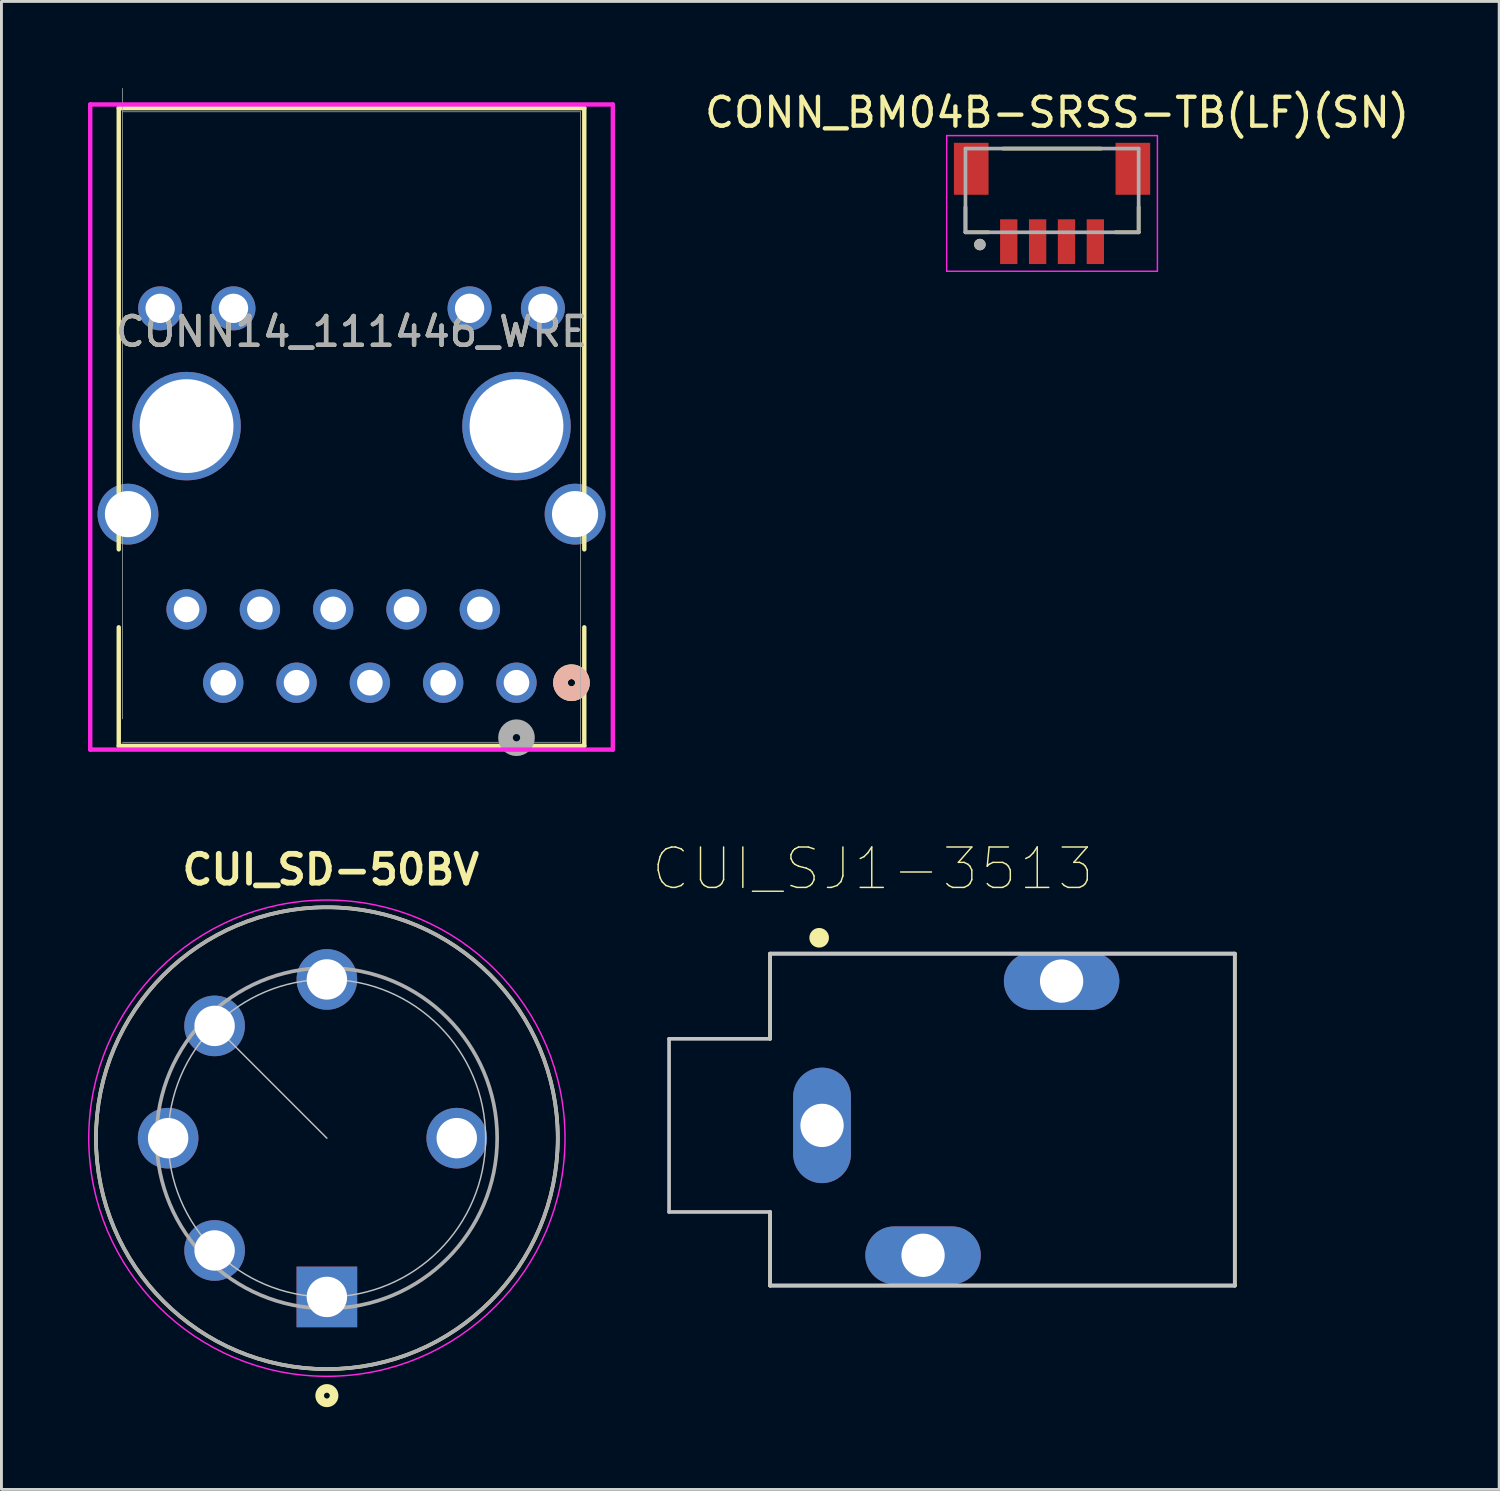
<source format=kicad_pcb>
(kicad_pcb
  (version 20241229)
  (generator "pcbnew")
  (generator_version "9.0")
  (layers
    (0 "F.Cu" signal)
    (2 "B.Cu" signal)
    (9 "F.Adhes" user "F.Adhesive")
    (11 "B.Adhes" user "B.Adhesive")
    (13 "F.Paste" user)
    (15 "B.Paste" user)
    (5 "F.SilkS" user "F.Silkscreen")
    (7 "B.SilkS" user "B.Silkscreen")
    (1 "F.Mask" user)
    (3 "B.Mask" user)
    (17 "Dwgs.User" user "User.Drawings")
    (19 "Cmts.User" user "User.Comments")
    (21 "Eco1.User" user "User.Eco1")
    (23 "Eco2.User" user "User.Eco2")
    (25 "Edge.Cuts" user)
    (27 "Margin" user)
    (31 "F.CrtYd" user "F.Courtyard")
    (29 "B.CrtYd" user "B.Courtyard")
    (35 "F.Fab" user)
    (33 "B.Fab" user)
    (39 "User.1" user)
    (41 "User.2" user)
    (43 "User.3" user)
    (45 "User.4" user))
  (footprint "CONN14_111446_WRE"
    (layer "F.Cu")
    (at 14.844 20.603)
    (property "Reference" "CONN14_111446_WRE" (at -5.715 -12.16 0) (unlocked yes) (layer "F.SilkS") (effects (font (size 1 1) (thickness 0.15))))
    (attr through_hole)
    (fp_line (start -13.78 -19.907) (end -13.78 -4.62) (stroke (width 0.152) (type solid)) (layer "F.SilkS"))
    (fp_line (start -13.78 -1.92) (end -13.78 2.191) (stroke (width 0.152) (type solid)) (layer "F.SilkS"))
    (fp_line (start -13.78 2.191) (end 2.349 2.191) (stroke (width 0.152) (type solid)) (layer "F.SilkS"))
    (fp_line (start 2.349 -19.907) (end -13.78 -19.907) (stroke (width 0.152) (type solid)) (layer "F.SilkS"))
    (fp_line (start 2.349 -4.62) (end 2.349 -19.907) (stroke (width 0.152) (type solid)) (layer "F.SilkS"))
    (fp_line (start 2.349 2.191) (end 2.349 -1.92) (stroke (width 0.152) (type solid)) (layer "F.SilkS"))
    (fp_circle (center 1.905 0) (end 2.286 0) (stroke (width 0.508) (type solid)) (fill no) (layer "F.SilkS"))
    (fp_circle (center 1.905 0) (end 2.286 0) (stroke (width 0.508) (type solid)) (fill no) (layer "B.SilkS"))
    (fp_line (start -14.768 -20.034) (end -14.768 2.318) (stroke (width 0.152) (type solid)) (layer "F.CrtYd"))
    (fp_line (start -14.768 2.318) (end 3.338 2.318) (stroke (width 0.152) (type solid)) (layer "F.CrtYd"))
    (fp_line (start 3.338 -20.034) (end -14.768 -20.034) (stroke (width 0.152) (type solid)) (layer "F.CrtYd"))
    (fp_line (start 3.338 2.318) (end 3.338 -20.034) (stroke (width 0.152) (type solid)) (layer "F.CrtYd"))
    (fp_line (start -13.652 -20.59) (end -13.652 1.254) (stroke (width 0.025) (type solid)) (layer "F.Fab"))
    (fp_line (start -13.652 2.064) (end 2.223 2.064) (stroke (width 0.025) (type solid)) (layer "F.Fab"))
    (fp_line (start 2.223 -19.78) (end -13.652 -19.78) (stroke (width 0.025) (type solid)) (layer "F.Fab"))
    (fp_line (start 2.223 2.064) (end 2.223 -19.78) (stroke (width 0.025) (type solid)) (layer "F.Fab"))
    (fp_circle (center 0 1.905) (end 0.381 1.905) (stroke (width 0.508) (type solid)) (fill no) (layer "F.Fab"))
    (fp_text user "${REFERENCE}" (at -5.715 -12.16 0) (unlocked yes) (layer "F.Fab") (effects (font (size 1 1) (thickness 0.15))))
    (pad "1" thru_hole circle (at 0 0) (size 1.397 1.397) (drill 0.889) (layers "*.Cu" "*.Mask"))
    (pad "2" thru_hole circle (at -1.27 -2.54) (size 1.397 1.397) (drill 0.889) (layers "*.Cu" "*.Mask"))
    (pad "3" thru_hole circle (at -2.54 0) (size 1.397 1.397) (drill 0.889) (layers "*.Cu" "*.Mask"))
    (pad "4" thru_hole circle (at -3.81 -2.54) (size 1.397 1.397) (drill 0.889) (layers "*.Cu" "*.Mask"))
    (pad "5" thru_hole circle (at -5.08 0) (size 1.397 1.397) (drill 0.889) (layers "*.Cu" "*.Mask"))
    (pad "6" thru_hole circle (at -6.35 -2.54) (size 1.397 1.397) (drill 0.889) (layers "*.Cu" "*.Mask"))
    (pad "7" thru_hole circle (at -7.62 0) (size 1.397 1.397) (drill 0.889) (layers "*.Cu" "*.Mask"))
    (pad "8" thru_hole circle (at -8.89 -2.54) (size 1.397 1.397) (drill 0.889) (layers "*.Cu" "*.Mask"))
    (pad "9" thru_hole circle (at -10.16 0) (size 1.397 1.397) (drill 0.889) (layers "*.Cu" "*.Mask"))
    (pad "10" thru_hole circle (at -11.43 -2.54) (size 1.397 1.397) (drill 0.889) (layers "*.Cu" "*.Mask"))
    (pad "11" thru_hole circle (at 0.915 -12.97) (size 1.524 1.524) (drill 1.016) (layers "*.Cu" "*.Mask"))
    (pad "12" thru_hole circle (at -1.625 -12.97) (size 1.524 1.524) (drill 1.016) (layers "*.Cu" "*.Mask"))
    (pad "13" thru_hole circle (at -9.805 -12.97) (size 1.524 1.524) (drill 1.016) (layers "*.Cu" "*.Mask"))
    (pad "14" thru_hole circle (at -12.345 -12.97) (size 1.524 1.524) (drill 1.016) (layers "*.Cu" "*.Mask"))
    (pad "16" thru_hole circle (at -11.43 -8.89) (size 3.759 3.759) (drill 3.251) (layers "*.Cu" "*.Mask"))
    (pad "17" thru_hole circle (at 0 -8.89) (size 3.759 3.759) (drill 3.251) (layers "*.Cu" "*.Mask"))
    (pad "18" thru_hole circle (at -13.46 -5.84) (size 2.108 2.108) (drill 1.6) (layers "*.Cu" "*.Mask"))
    (pad "19" thru_hole circle (at 2.03 -5.84) (size 2.108 2.108) (drill 1.6) (layers "*.Cu" "*.Mask")))
  (footprint "CONN_BM04B-SRSS-TB(LF)(SN)"
    (layer "F.Cu")
    (at 33.399 3.998)
    (property "Reference" "CONN_BM04B-SRSS-TB(LF)(SN)" (at 0.175 -3.15 0) (layer "F.SilkS") (effects (font (size 1 1) (thickness 0.15))))
    (attr through_hole)
    (fp_line (start -3 0.125) (end -3 1) (stroke (width 0.127) (type solid)) (layer "F.SilkS"))
    (fp_line (start -3 1) (end -2.2 1) (stroke (width 0.127) (type solid)) (layer "F.SilkS"))
    (fp_line (start -1.7 -1.9) (end 1.7 -1.9) (stroke (width 0.127) (type solid)) (layer "F.SilkS"))
    (fp_line (start 3 0.125) (end 3 1) (stroke (width 0.127) (type solid)) (layer "F.SilkS"))
    (fp_line (start 3 1) (end 2.2 1) (stroke (width 0.127) (type solid)) (layer "F.SilkS"))
    (fp_circle (center -2.5 1.425) (end -2.4 1.425) (stroke (width 0.2) (type solid)) (fill no) (layer "F.SilkS"))
    (fp_line (start -3.65 -2.35) (end 3.65 -2.35) (stroke (width 0.05) (type solid)) (layer "F.CrtYd"))
    (fp_line (start -3.65 2.35) (end -3.65 -2.35) (stroke (width 0.05) (type solid)) (layer "F.CrtYd"))
    (fp_line (start 3.65 -2.35) (end 3.65 2.35) (stroke (width 0.05) (type solid)) (layer "F.CrtYd"))
    (fp_line (start 3.65 2.35) (end -3.65 2.35) (stroke (width 0.05) (type solid)) (layer "F.CrtYd"))
    (fp_line (start -3 -1.9) (end 3 -1.9) (stroke (width 0.127) (type solid)) (layer "F.Fab"))
    (fp_line (start -3 1) (end -3 -1.9) (stroke (width 0.127) (type solid)) (layer "F.Fab"))
    (fp_line (start 3 -1.9) (end 3 1) (stroke (width 0.127) (type solid)) (layer "F.Fab"))
    (fp_line (start 3 1) (end -3 1) (stroke (width 0.127) (type solid)) (layer "F.Fab"))
    (fp_circle (center -2.5 1.425) (end -2.4 1.425) (stroke (width 0.2) (type solid)) (fill no) (layer "F.Fab"))
    (pad "1" smd rect (at -1.5 1.325) (size 0.6 1.55) (layers "F.Cu" "F.Mask" "F.Paste"))
    (pad "2" smd rect (at -0.5 1.325) (size 0.6 1.55) (layers "F.Cu" "F.Mask" "F.Paste"))
    (pad "3" smd rect (at 0.5 1.325) (size 0.6 1.55) (layers "F.Cu" "F.Mask" "F.Paste"))
    (pad "4" smd rect (at 1.5 1.325) (size 0.6 1.55) (layers "F.Cu" "F.Mask" "F.Paste"))
    (pad "S1" smd rect (at -2.8 -1.2) (size 1.2 1.8) (layers "F.Cu" "F.Mask" "F.Paste"))
    (pad "S2" smd rect (at 2.8 -1.2) (size 1.2 1.8) (layers "F.Cu" "F.Mask" "F.Paste")))
  (footprint "CUI_SJ1-3513"
    (layer "F.Cu")
    (at 25.43 35.94)
    (property "Reference" "CUI_SJ1-3513" (at 1.756 -8.891 0) (layer "F.SilkS") (effects (font (size 1.4 1.4) (thickness 0.05))))
    (attr through_hole)
    (fp_line (start -1.8 -5.95) (end 14.3 -5.95) (stroke (width 0.127) (type solid)) (layer "F.SilkS"))
    (fp_line (start -1.8 -3) (end -1.8 -5.95) (stroke (width 0.127) (type solid)) (layer "F.SilkS"))
    (fp_line (start -1.8 5.55) (end -1.8 3) (stroke (width 0.127) (type solid)) (layer "F.SilkS"))
    (fp_line (start 14.3 -5.95) (end 14.3 5.55) (stroke (width 0.127) (type solid)) (layer "F.SilkS"))
    (fp_line (start 14.3 5.55) (end -1.8 5.55) (stroke (width 0.127) (type solid)) (layer "F.SilkS"))
    (fp_circle (center -0.1 -6.5) (end 0.07 -6.5) (stroke (width 0.34) (type solid)) (fill no) (layer "F.SilkS"))
    (fp_line (start -5.3 -3) (end -5.3 3) (stroke (width 0.127) (type solid)) (layer "Dwgs.User"))
    (fp_line (start -5.3 3) (end -1.8 3) (stroke (width 0.127) (type solid)) (layer "Dwgs.User"))
    (fp_line (start -1.8 -5.95) (end -1.8 -3) (stroke (width 0.127) (type solid)) (layer "Dwgs.User"))
    (fp_line (start -1.8 -3) (end -5.3 -3) (stroke (width 0.127) (type solid)) (layer "Dwgs.User"))
    (fp_line (start -1.8 3) (end -1.8 5.55) (stroke (width 0.127) (type solid)) (layer "Dwgs.User"))
    (fp_line (start -1.8 5.55) (end 14.3 5.55) (stroke (width 0.127) (type solid)) (layer "Dwgs.User"))
    (fp_line (start 14.3 -5.95) (end -1.8 -5.95) (stroke (width 0.127) (type solid)) (layer "Dwgs.User"))
    (fp_line (start 14.3 5.55) (end 14.3 -5.95) (stroke (width 0.127) (type solid)) (layer "Dwgs.User"))
    (fp_line (start -5.55 -3.25) (end -5.55 3.25) (stroke (width 0.05) (type solid)) (layer "Eco1.User"))
    (fp_line (start -5.55 3.25) (end -2.05 3.25) (stroke (width 0.05) (type solid)) (layer "Eco1.User"))
    (fp_line (start -2.05 -6.2) (end -2.05 -3.25) (stroke (width 0.05) (type solid)) (layer "Eco1.User"))
    (fp_line (start -2.05 -3.25) (end -5.55 -3.25) (stroke (width 0.05) (type solid)) (layer "Eco1.User"))
    (fp_line (start -2.05 3.25) (end -2.05 5.8) (stroke (width 0.05) (type solid)) (layer "Eco1.User"))
    (fp_line (start -2.05 5.8) (end 14.5 5.8) (stroke (width 0.05) (type solid)) (layer "Eco1.User"))
    (fp_line (start 14.5 -6.2) (end -2.05 -6.2) (stroke (width 0.05) (type solid)) (layer "Eco1.User"))
    (fp_line (start 14.5 5.8) (end 14.5 -6.2) (stroke (width 0.05) (type solid)) (layer "Eco1.User"))
    (fp_line (start -0.5 -0.5) (end -0.5 0.5) (stroke (width 0.0001) (type solid)) (layer "Edge.Cuts"))
    (fp_line (start 0.5 0.5) (end 0.5 -0.5) (stroke (width 0.0001) (type solid)) (layer "Edge.Cuts"))
    (fp_line (start 3 5) (end 4 5) (stroke (width 0.0001) (type solid)) (layer "Edge.Cuts"))
    (fp_line (start 4 4) (end 3 4) (stroke (width 0.0001) (type solid)) (layer "Edge.Cuts"))
    (fp_line (start 7.8 -4.5) (end 8.8 -4.5) (stroke (width 0.0001) (type solid)) (layer "Edge.Cuts"))
    (fp_line (start 8.8 -5.5) (end 7.8 -5.5) (stroke (width 0.0001) (type solid)) (layer "Edge.Cuts"))
    (fp_arc (start -0.5 -0.5) (mid -0.353553 -0.853553) (end 0 -1) (stroke (width 0.0001) (type solid)) (layer "Edge.Cuts"))
    (fp_arc (start 0 -1) (mid 0.353553 -0.853553) (end 0.5 -0.5) (stroke (width 0.0001) (type solid)) (layer "Edge.Cuts"))
    (fp_arc (start 0 1) (mid -0.353553 0.853553) (end -0.5 0.5) (stroke (width 0.0001) (type solid)) (layer "Edge.Cuts"))
    (fp_arc (start 0.5 0.5) (mid 0.353553 0.853553) (end 0 1) (stroke (width 0.0001) (type solid)) (layer "Edge.Cuts"))
    (fp_arc (start 2.5 4.5) (mid 2.646447 4.146447) (end 3 4) (stroke (width 0.0001) (type solid)) (layer "Edge.Cuts"))
    (fp_arc (start 3 5) (mid 2.646447 4.853553) (end 2.5 4.5) (stroke (width 0.0001) (type solid)) (layer "Edge.Cuts"))
    (fp_arc (start 4 4) (mid 4.353553 4.146447) (end 4.5 4.5) (stroke (width 0.0001) (type solid)) (layer "Edge.Cuts"))
    (fp_arc (start 4.5 4.5) (mid 4.353553 4.853553) (end 4 5) (stroke (width 0.0001) (type solid)) (layer "Edge.Cuts"))
    (fp_arc (start 7.3 -5) (mid 7.446447 -5.353553) (end 7.8 -5.5) (stroke (width 0.0001) (type solid)) (layer "Edge.Cuts"))
    (fp_arc (start 7.8 -4.5) (mid 7.446447 -4.646447) (end 7.3 -5) (stroke (width 0.0001) (type solid)) (layer "Edge.Cuts"))
    (fp_arc (start 8.8 -5.5) (mid 9.153553 -5.353553) (end 9.3 -5) (stroke (width 0.0001) (type solid)) (layer "Edge.Cuts"))
    (fp_arc (start 9.3 -5) (mid 9.153553 -4.646447) (end 8.8 -4.5) (stroke (width 0.0001) (type solid)) (layer "Edge.Cuts"))
    (pad "1" thru_hole oval (at 0 0 90) (size 4 2) (drill 1.5) (layers "*.Cu" "*.Mask"))
    (pad "2" thru_hole oval (at 3.5 4.5 180) (size 4 2) (drill 1.5) (layers "*.Cu" "*.Mask"))
    (pad "3" thru_hole oval (at 8.3 -5 180) (size 4 2) (drill 1.5) (layers "*.Cu" "*.Mask")))
  (footprint "CUI_SD-50BV"
    (layer "F.Cu")
    (at 8.275 36.383)
    (property "Reference" "CUI_SD-50BV" (at 0.135 -9.305 0) (layer "F.SilkS") (effects (font (size 1 1) (thickness 0.2))))
    (attr through_hole)
    (fp_circle (center 0 0) (end 8 0) (stroke (width 0.127) (type solid)) (fill no) (layer "F.SilkS"))
    (fp_circle (center 0 8.919) (end 0.1 8.919) (stroke (width 0.3) (type solid)) (fill no) (layer "F.SilkS"))
    (fp_line (start 0 0) (end -3.89 -3.89) (stroke (width 0.05) (type solid)) (layer "Dwgs.User"))
    (fp_circle (center 0 0) (end 5.5 0) (stroke (width 0.05) (type solid)) (fill no) (layer "Dwgs.User"))
    (fp_circle (center 0 0) (end 8.25 0) (stroke (width 0.05) (type solid)) (fill no) (layer "F.CrtYd"))
    (fp_circle (center 0 0) (end 5.9 0) (stroke (width 0.127) (type solid)) (fill no) (layer "F.Fab"))
    (fp_circle (center 0 0) (end 8 0) (stroke (width 0.127) (type solid)) (fill no) (layer "F.Fab"))
    (pad "1" thru_hole rect (at 0 5.5) (size 2.1 2.1) (drill 1.4) (layers "*.Cu" "*.Mask"))
    (pad "2" thru_hole circle (at -5.5 0) (size 2.1 2.1) (drill 1.4) (layers "*.Cu" "*.Mask"))
    (pad "3" thru_hole circle (at 0 -5.5) (size 2.1 2.1) (drill 1.4) (layers "*.Cu" "*.Mask"))
    (pad "4" thru_hole circle (at -3.89 3.89) (size 2.1 2.1) (drill 1.4) (layers "*.Cu" "*.Mask"))
    (pad "5" thru_hole circle (at -3.89 -3.89) (size 2.1 2.1) (drill 1.4) (layers "*.Cu" "*.Mask"))
    (pad "S" thru_hole circle (at 4.5 0) (size 2.1 2.1) (drill 1.4) (layers "*.Cu" "*.Mask")))
  (gr_rect
    (start -3 -3)
    (end 48.89 48.552)
    (stroke (width 0.1) (type default))
    (fill no)
    (layer "Edge.Cuts")))
</source>
